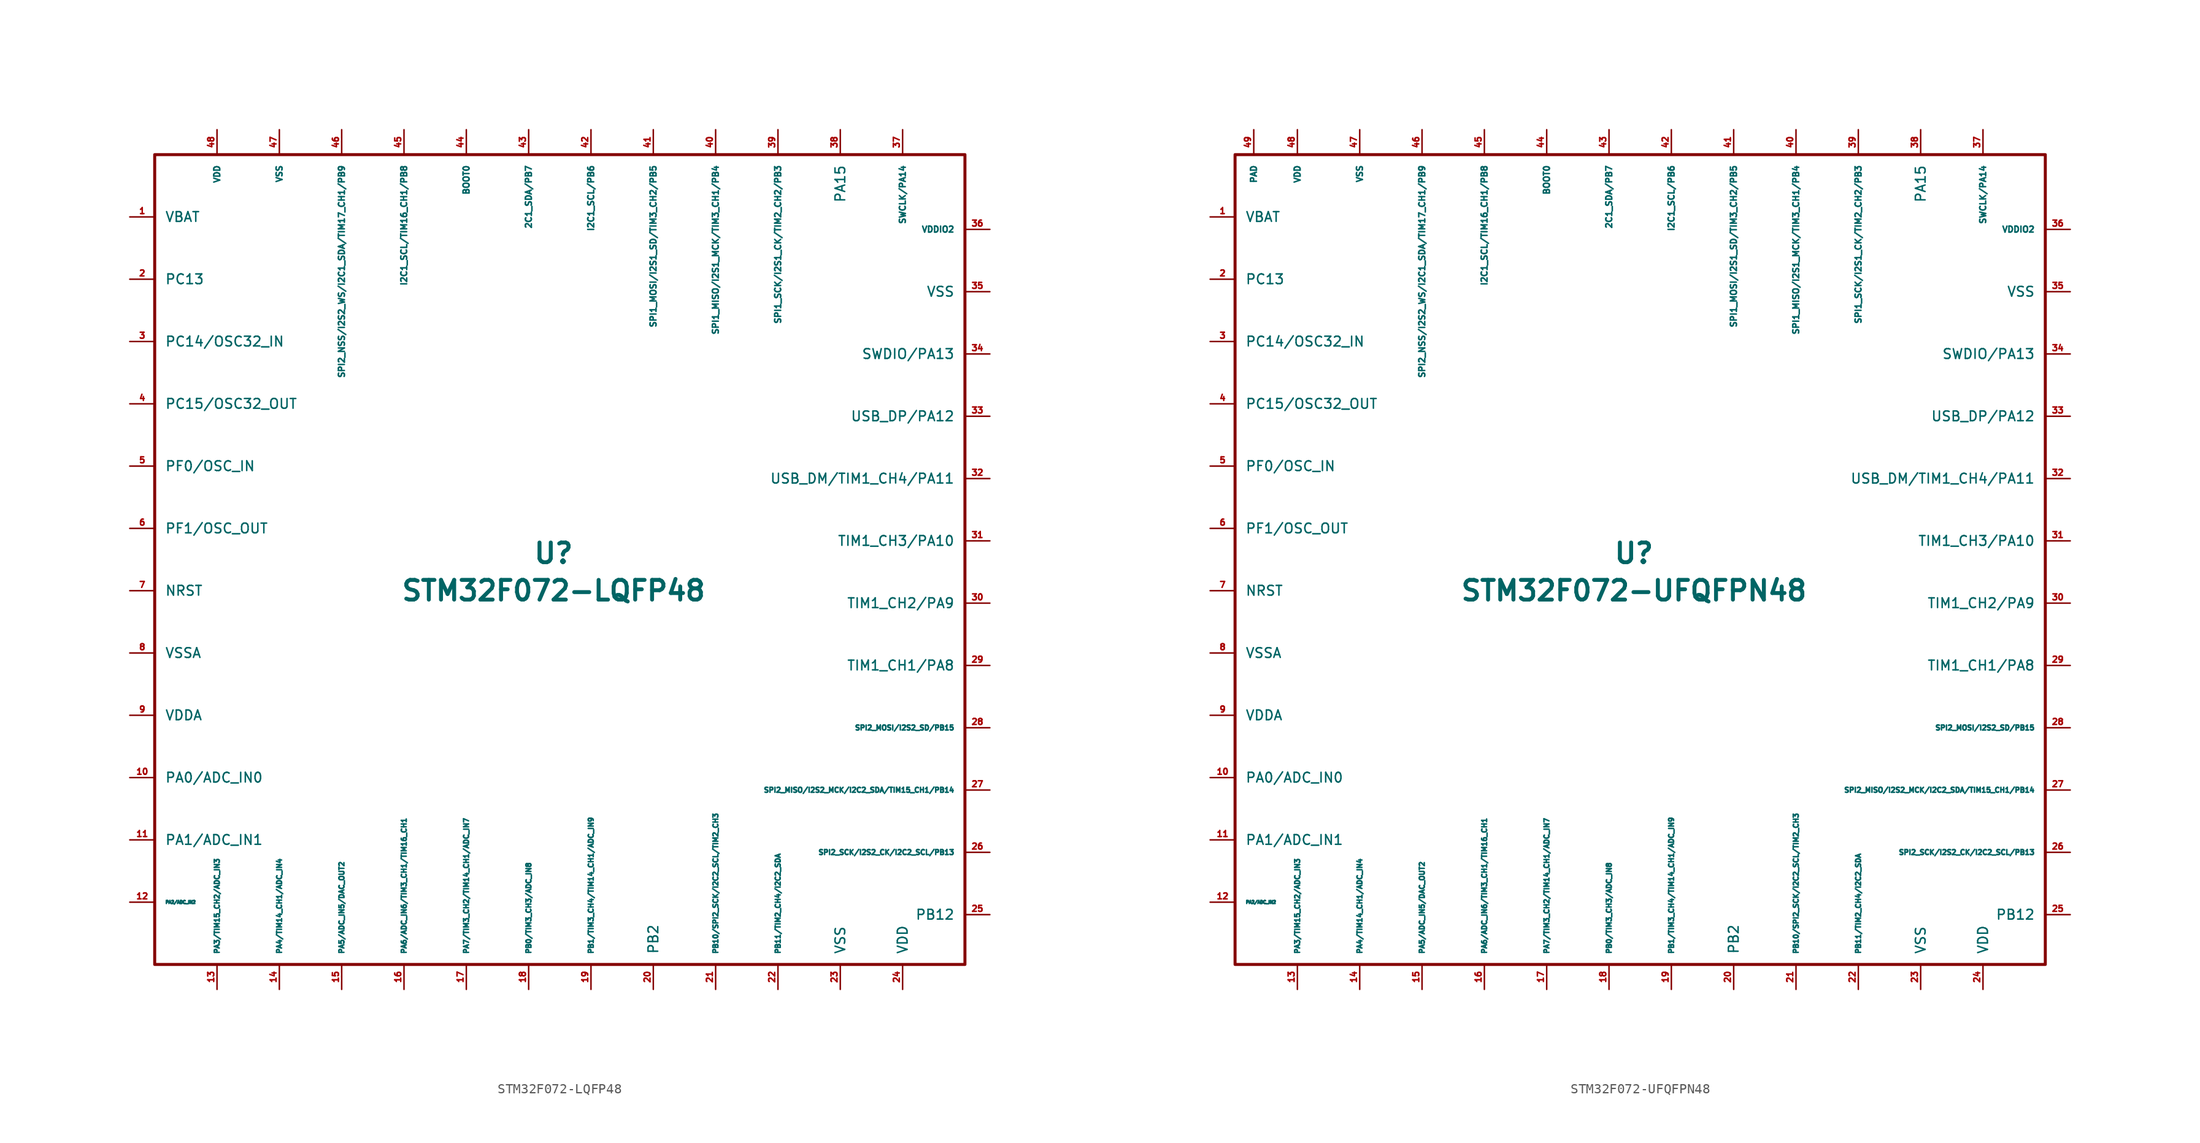
<source format=kicad_sym>
(kicad_symbol_lib
  (version 20211014)
  (generator kicad_symbol_editor)
  (symbol "acheron_Symbols:STM32F072-LQFP48"
    (pin_names
      (offset 1.016))
    (property "Reference" "U"
      (at 0 1.27 0)
      (effects (font (size 2.007 2.007) bold)))
    (property "Value" "STM32F072-LQFP48"
      (at 0 -2.54 0)
      (effects (font (size 2.007 2.007) bold)))
    (symbol "STM32F072-LQFP48_0_1"
      (rectangle (start 41.91 41.91) (end -40.64 -40.64) (stroke (width 0.305) (type default) (color 0 0 0 0)) (fill (type none))))
    (symbol "STM32F072-LQFP48_1_1"
      (pin power_in line (at -43.18 35.56 0) (length 2.54) (name "VBAT" (effects (font (size 0.991 0.991)))) (number "1" (effects (font (size 0.61 0.61)))))
      (pin bidirectional line (at -43.18 -21.59 0) (length 2.54) (name "PA0/ADC_IN0" (effects (font (size 0.991 0.991)))) (number "10" (effects (font (size 0.61 0.61)))))
      (pin bidirectional line (at -43.18 -27.94 0) (length 2.54) (name "PA1/ADC_IN1" (effects (font (size 0.991 0.991)))) (number "11" (effects (font (size 0.61 0.61)))))
      (pin bidirectional line (at -43.18 -34.29 0) (length 2.54) (name "PA2/ADC_IN2" (effects (font (size 0.305 0.305)))) (number "12" (effects (font (size 0.61 0.61)))))
      (pin bidirectional line (at -34.29 -43.18 90) (length 2.54) (name "PA3/TIM15_CH2/ADC_IN3" (effects (font (size 0.508 0.508)))) (number "13" (effects (font (size 0.61 0.61)))))
      (pin bidirectional line (at -27.94 -43.18 90) (length 2.54) (name "PA4/TIM14_CH1/ADC_IN4" (effects (font (size 0.508 0.508)))) (number "14" (effects (font (size 0.61 0.61)))))
      (pin bidirectional line (at -21.59 -43.18 90) (length 2.54) (name "PA5/ADC_IN5/DAC_OUT2" (effects (font (size 0.508 0.508)))) (number "15" (effects (font (size 0.61 0.61)))))
      (pin bidirectional line (at -15.24 -43.18 90) (length 2.54) (name "PA6/ADC_IN6/TIM3_CH1/TIM16_CH1" (effects (font (size 0.508 0.508)))) (number "16" (effects (font (size 0.61 0.61)))))
      (pin bidirectional line (at -8.89 -43.18 90) (length 2.54) (name "PA7/TIM3_CH2/TIM14_CH1/ADC_IN7" (effects (font (size 0.508 0.508)))) (number "17" (effects (font (size 0.61 0.61)))))
      (pin bidirectional line (at -2.54 -43.18 90) (length 2.54) (name "PB0/TIM3_CH3/ADC_IN8" (effects (font (size 0.508 0.508)))) (number "18" (effects (font (size 0.61 0.61)))))
      (pin bidirectional line (at 3.81 -43.18 90) (length 2.54) (name "PB1/TIM3_CH4/TIM14_CH1/ADC_IN9" (effects (font (size 0.508 0.508)))) (number "19" (effects (font (size 0.61 0.61)))))
      (pin bidirectional line (at -43.18 29.21 0) (length 2.54) (name "PC13" (effects (font (size 0.991 0.991)))) (number "2" (effects (font (size 0.61 0.61)))))
      (pin bidirectional line (at 10.16 -43.18 90) (length 2.54) (name "PB2" (effects (font (size 0.991 0.991)))) (number "20" (effects (font (size 0.61 0.61)))))
      (pin bidirectional line (at 16.51 -43.18 90) (length 2.54) (name "PB10/SPI2_SCK/I2C2_SCL/TIM2_CH3" (effects (font (size 0.508 0.508)))) (number "21" (effects (font (size 0.61 0.61)))))
      (pin bidirectional line (at 22.86 -43.18 90) (length 2.54) (name "PB11/TIM2_CH4/I2C2_SDA" (effects (font (size 0.508 0.508)))) (number "22" (effects (font (size 0.61 0.61)))))
      (pin power_in line (at 29.21 -43.18 90) (length 2.54) (name "VSS" (effects (font (size 0.991 0.991)))) (number "23" (effects (font (size 0.61 0.61)))))
      (pin power_in line (at 35.56 -43.18 90) (length 2.54) (name "VDD" (effects (font (size 0.991 0.991)))) (number "24" (effects (font (size 0.61 0.61)))))
      (pin bidirectional line (at 44.45 -35.56 180) (length 2.54) (name "PB12" (effects (font (size 0.991 0.991)))) (number "25" (effects (font (size 0.61 0.61)))))
      (pin bidirectional line (at 44.45 -29.21 180) (length 2.54) (name "SPI2_SCK/I2S2_CK/I2C2_SCL/PB13" (effects (font (size 0.508 0.508)))) (number "26" (effects (font (size 0.61 0.61)))))
      (pin bidirectional line (at 44.45 -22.86 180) (length 2.54) (name "SPI2_MISO/I2S2_MCK/I2C2_SDA/TIM15_CH1/PB14" (effects (font (size 0.508 0.508)))) (number "27" (effects (font (size 0.61 0.61)))))
      (pin bidirectional line (at 44.45 -16.51 180) (length 2.54) (name "SPI2_MOSI/I2S2_SD/PB15" (effects (font (size 0.508 0.508)))) (number "28" (effects (font (size 0.61 0.61)))))
      (pin bidirectional line (at 44.45 -10.16 180) (length 2.54) (name "TIM1_CH1/PA8" (effects (font (size 0.991 0.991)))) (number "29" (effects (font (size 0.61 0.61)))))
      (pin bidirectional line (at -43.18 22.86 0) (length 2.54) (name "PC14/OSC32_IN" (effects (font (size 0.991 0.991)))) (number "3" (effects (font (size 0.61 0.61)))))
      (pin bidirectional line (at 44.45 -3.81 180) (length 2.54) (name "TIM1_CH2/PA9" (effects (font (size 0.991 0.991)))) (number "30" (effects (font (size 0.61 0.61)))))
      (pin bidirectional line (at 44.45 2.54 180) (length 2.54) (name "TIM1_CH3/PA10" (effects (font (size 0.991 0.991)))) (number "31" (effects (font (size 0.61 0.61)))))
      (pin bidirectional line (at 44.45 8.89 180) (length 2.54) (name "USB_DM/TIM1_CH4/PA11" (effects (font (size 0.991 0.991)))) (number "32" (effects (font (size 0.61 0.61)))))
      (pin bidirectional line (at 44.45 15.24 180) (length 2.54) (name "USB_DP/PA12" (effects (font (size 0.991 0.991)))) (number "33" (effects (font (size 0.61 0.61)))))
      (pin bidirectional line (at 44.45 21.59 180) (length 2.54) (name "SWDIO/PA13" (effects (font (size 0.991 0.991)))) (number "34" (effects (font (size 0.61 0.61)))))
      (pin power_in line (at 44.45 27.94 180) (length 2.54) (name "VSS" (effects (font (size 0.991 0.991)))) (number "35" (effects (font (size 0.61 0.61)))))
      (pin power_in line (at 44.45 34.29 180) (length 2.54) (name "VDDIO2" (effects (font (size 0.61 0.61)))) (number "36" (effects (font (size 0.61 0.61)))))
      (pin bidirectional line (at 35.56 44.45 270) (length 2.54) (name "SWCLK/PA14" (effects (font (size 0.61 0.61)))) (number "37" (effects (font (size 0.61 0.61)))))
      (pin bidirectional line (at 29.21 44.45 270) (length 2.54) (name "PA15" (effects (font (size 0.991 0.991)))) (number "38" (effects (font (size 0.61 0.61)))))
      (pin bidirectional line (at 22.86 44.45 270) (length 2.54) (name "SPI1_SCK/I2S1_CK/TIM2_CH2/PB3" (effects (font (size 0.61 0.61)))) (number "39" (effects (font (size 0.61 0.61)))))
      (pin bidirectional line (at -43.18 16.51 0) (length 2.54) (name "PC15/OSC32_OUT" (effects (font (size 0.991 0.991)))) (number "4" (effects (font (size 0.61 0.61)))))
      (pin bidirectional line (at 16.51 44.45 270) (length 2.54) (name "SPI1_MISO/I2S1_MCK/TIM3_CH1/PB4" (effects (font (size 0.61 0.61)))) (number "40" (effects (font (size 0.61 0.61)))))
      (pin bidirectional line (at 10.16 44.45 270) (length 2.54) (name "SPI1_MOSI/I2S1_SD/TIM3_CH2/PB5" (effects (font (size 0.61 0.61)))) (number "41" (effects (font (size 0.61 0.61)))))
      (pin bidirectional line (at 3.81 44.45 270) (length 2.54) (name "I2C1_SCL/PB6" (effects (font (size 0.61 0.61)))) (number "42" (effects (font (size 0.61 0.61)))))
      (pin bidirectional line (at -2.54 44.45 270) (length 2.54) (name "2C1_SDA/PB7" (effects (font (size 0.61 0.61)))) (number "43" (effects (font (size 0.61 0.61)))))
      (pin output line (at -8.89 44.45 270) (length 2.54) (name "BOOT0" (effects (font (size 0.61 0.61)))) (number "44" (effects (font (size 0.61 0.61)))))
      (pin bidirectional line (at -15.24 44.45 270) (length 2.54) (name "I2C1_SCL/TIM16_CH1/PB8" (effects (font (size 0.61 0.61)))) (number "45" (effects (font (size 0.61 0.61)))))
      (pin input line (at -21.59 44.45 270) (length 2.54) (name "SPI2_NSS/I2S2_WS/I2C1_SDA/TIM17_CH1/PB9" (effects (font (size 0.61 0.61)))) (number "46" (effects (font (size 0.61 0.61)))))
      (pin input line (at -27.94 44.45 270) (length 2.54) (name "VSS" (effects (font (size 0.61 0.61)))) (number "47" (effects (font (size 0.61 0.61)))))
      (pin input line (at -34.29 44.45 270) (length 2.54) (name "VDD" (effects (font (size 0.61 0.61)))) (number "48" (effects (font (size 0.61 0.61)))))
      (pin bidirectional line (at -43.18 10.16 0) (length 2.54) (name "PF0/OSC_IN" (effects (font (size 0.991 0.991)))) (number "5" (effects (font (size 0.61 0.61)))))
      (pin bidirectional line (at -43.18 3.81 0) (length 2.54) (name "PF1/OSC_OUT" (effects (font (size 0.991 0.991)))) (number "6" (effects (font (size 0.61 0.61)))))
      (pin input line (at -43.18 -2.54 0) (length 2.54) (name "NRST" (effects (font (size 0.991 0.991)))) (number "7" (effects (font (size 0.61 0.61)))))
      (pin power_in line (at -43.18 -8.89 0) (length 2.54) (name "VSSA" (effects (font (size 0.991 0.991)))) (number "8" (effects (font (size 0.61 0.61)))))
      (pin power_in line (at -43.18 -15.24 0) (length 2.54) (name "VDDA" (effects (font (size 0.991 0.991)))) (number "9" (effects (font (size 0.61 0.61)))))))
  (symbol "acheron_Symbols:STM32F072-UFQFPN48"
    (pin_names
      (offset 1.016))
    (property "Reference" "U"
      (at 0 1.27 0)
      (effects (font (size 2.007 2.007) bold)))
    (property "Value" "STM32F072-UFQFPN48"
      (at 0 -2.54 0)
      (effects (font (size 2.007 2.007) bold)))
    (symbol "STM32F072-UFQFPN48_0_1"
      (rectangle (start 41.91 41.91) (end -40.64 -40.64) (stroke (width 0.305) (type default) (color 0 0 0 0)) (fill (type none))))
    (symbol "STM32F072-UFQFPN48_1_1"
      (pin power_in line (at -43.18 35.56 0) (length 2.54) (name "VBAT" (effects (font (size 0.991 0.991)))) (number "1" (effects (font (size 0.61 0.61)))))
      (pin bidirectional line (at -43.18 -21.59 0) (length 2.54) (name "PA0/ADC_IN0" (effects (font (size 0.991 0.991)))) (number "10" (effects (font (size 0.61 0.61)))))
      (pin bidirectional line (at -43.18 -27.94 0) (length 2.54) (name "PA1/ADC_IN1" (effects (font (size 0.991 0.991)))) (number "11" (effects (font (size 0.61 0.61)))))
      (pin bidirectional line (at -43.18 -34.29 0) (length 2.54) (name "PA2/ADC_IN2" (effects (font (size 0.305 0.305)))) (number "12" (effects (font (size 0.61 0.61)))))
      (pin bidirectional line (at -34.29 -43.18 90) (length 2.54) (name "PA3/TIM15_CH2/ADC_IN3" (effects (font (size 0.508 0.508)))) (number "13" (effects (font (size 0.61 0.61)))))
      (pin bidirectional line (at -27.94 -43.18 90) (length 2.54) (name "PA4/TIM14_CH1/ADC_IN4" (effects (font (size 0.508 0.508)))) (number "14" (effects (font (size 0.61 0.61)))))
      (pin bidirectional line (at -21.59 -43.18 90) (length 2.54) (name "PA5/ADC_IN5/DAC_OUT2" (effects (font (size 0.508 0.508)))) (number "15" (effects (font (size 0.61 0.61)))))
      (pin bidirectional line (at -15.24 -43.18 90) (length 2.54) (name "PA6/ADC_IN6/TIM3_CH1/TIM16_CH1" (effects (font (size 0.508 0.508)))) (number "16" (effects (font (size 0.61 0.61)))))
      (pin bidirectional line (at -8.89 -43.18 90) (length 2.54) (name "PA7/TIM3_CH2/TIM14_CH1/ADC_IN7" (effects (font (size 0.508 0.508)))) (number "17" (effects (font (size 0.61 0.61)))))
      (pin bidirectional line (at -2.54 -43.18 90) (length 2.54) (name "PB0/TIM3_CH3/ADC_IN8" (effects (font (size 0.508 0.508)))) (number "18" (effects (font (size 0.61 0.61)))))
      (pin bidirectional line (at 3.81 -43.18 90) (length 2.54) (name "PB1/TIM3_CH4/TIM14_CH1/ADC_IN9" (effects (font (size 0.508 0.508)))) (number "19" (effects (font (size 0.61 0.61)))))
      (pin bidirectional line (at -43.18 29.21 0) (length 2.54) (name "PC13" (effects (font (size 0.991 0.991)))) (number "2" (effects (font (size 0.61 0.61)))))
      (pin bidirectional line (at 10.16 -43.18 90) (length 2.54) (name "PB2" (effects (font (size 0.991 0.991)))) (number "20" (effects (font (size 0.61 0.61)))))
      (pin bidirectional line (at 16.51 -43.18 90) (length 2.54) (name "PB10/SPI2_SCK/I2C2_SCL/TIM2_CH3" (effects (font (size 0.508 0.508)))) (number "21" (effects (font (size 0.61 0.61)))))
      (pin bidirectional line (at 22.86 -43.18 90) (length 2.54) (name "PB11/TIM2_CH4/I2C2_SDA" (effects (font (size 0.508 0.508)))) (number "22" (effects (font (size 0.61 0.61)))))
      (pin power_in line (at 29.21 -43.18 90) (length 2.54) (name "VSS" (effects (font (size 0.991 0.991)))) (number "23" (effects (font (size 0.61 0.61)))))
      (pin power_in line (at 35.56 -43.18 90) (length 2.54) (name "VDD" (effects (font (size 0.991 0.991)))) (number "24" (effects (font (size 0.61 0.61)))))
      (pin bidirectional line (at 44.45 -35.56 180) (length 2.54) (name "PB12" (effects (font (size 0.991 0.991)))) (number "25" (effects (font (size 0.61 0.61)))))
      (pin bidirectional line (at 44.45 -29.21 180) (length 2.54) (name "SPI2_SCK/I2S2_CK/I2C2_SCL/PB13" (effects (font (size 0.508 0.508)))) (number "26" (effects (font (size 0.61 0.61)))))
      (pin bidirectional line (at 44.45 -22.86 180) (length 2.54) (name "SPI2_MISO/I2S2_MCK/I2C2_SDA/TIM15_CH1/PB14" (effects (font (size 0.508 0.508)))) (number "27" (effects (font (size 0.61 0.61)))))
      (pin bidirectional line (at 44.45 -16.51 180) (length 2.54) (name "SPI2_MOSI/I2S2_SD/PB15" (effects (font (size 0.508 0.508)))) (number "28" (effects (font (size 0.61 0.61)))))
      (pin bidirectional line (at 44.45 -10.16 180) (length 2.54) (name "TIM1_CH1/PA8" (effects (font (size 0.991 0.991)))) (number "29" (effects (font (size 0.61 0.61)))))
      (pin bidirectional line (at -43.18 22.86 0) (length 2.54) (name "PC14/OSC32_IN" (effects (font (size 0.991 0.991)))) (number "3" (effects (font (size 0.61 0.61)))))
      (pin bidirectional line (at 44.45 -3.81 180) (length 2.54) (name "TIM1_CH2/PA9" (effects (font (size 0.991 0.991)))) (number "30" (effects (font (size 0.61 0.61)))))
      (pin bidirectional line (at 44.45 2.54 180) (length 2.54) (name "TIM1_CH3/PA10" (effects (font (size 0.991 0.991)))) (number "31" (effects (font (size 0.61 0.61)))))
      (pin bidirectional line (at 44.45 8.89 180) (length 2.54) (name "USB_DM/TIM1_CH4/PA11" (effects (font (size 0.991 0.991)))) (number "32" (effects (font (size 0.61 0.61)))))
      (pin bidirectional line (at 44.45 15.24 180) (length 2.54) (name "USB_DP/PA12" (effects (font (size 0.991 0.991)))) (number "33" (effects (font (size 0.61 0.61)))))
      (pin bidirectional line (at 44.45 21.59 180) (length 2.54) (name "SWDIO/PA13" (effects (font (size 0.991 0.991)))) (number "34" (effects (font (size 0.61 0.61)))))
      (pin power_in line (at 44.45 27.94 180) (length 2.54) (name "VSS" (effects (font (size 0.991 0.991)))) (number "35" (effects (font (size 0.61 0.61)))))
      (pin power_in line (at 44.45 34.29 180) (length 2.54) (name "VDDIO2" (effects (font (size 0.61 0.61)))) (number "36" (effects (font (size 0.61 0.61)))))
      (pin bidirectional line (at 35.56 44.45 270) (length 2.54) (name "SWCLK/PA14" (effects (font (size 0.61 0.61)))) (number "37" (effects (font (size 0.61 0.61)))))
      (pin bidirectional line (at 29.21 44.45 270) (length 2.54) (name "PA15" (effects (font (size 0.991 0.991)))) (number "38" (effects (font (size 0.61 0.61)))))
      (pin bidirectional line (at 22.86 44.45 270) (length 2.54) (name "SPI1_SCK/I2S1_CK/TIM2_CH2/PB3" (effects (font (size 0.61 0.61)))) (number "39" (effects (font (size 0.61 0.61)))))
      (pin bidirectional line (at -43.18 16.51 0) (length 2.54) (name "PC15/OSC32_OUT" (effects (font (size 0.991 0.991)))) (number "4" (effects (font (size 0.61 0.61)))))
      (pin bidirectional line (at 16.51 44.45 270) (length 2.54) (name "SPI1_MISO/I2S1_MCK/TIM3_CH1/PB4" (effects (font (size 0.61 0.61)))) (number "40" (effects (font (size 0.61 0.61)))))
      (pin bidirectional line (at 10.16 44.45 270) (length 2.54) (name "SPI1_MOSI/I2S1_SD/TIM3_CH2/PB5" (effects (font (size 0.61 0.61)))) (number "41" (effects (font (size 0.61 0.61)))))
      (pin bidirectional line (at 3.81 44.45 270) (length 2.54) (name "I2C1_SCL/PB6" (effects (font (size 0.61 0.61)))) (number "42" (effects (font (size 0.61 0.61)))))
      (pin bidirectional line (at -2.54 44.45 270) (length 2.54) (name "2C1_SDA/PB7" (effects (font (size 0.61 0.61)))) (number "43" (effects (font (size 0.61 0.61)))))
      (pin output line (at -8.89 44.45 270) (length 2.54) (name "BOOT0" (effects (font (size 0.61 0.61)))) (number "44" (effects (font (size 0.61 0.61)))))
      (pin bidirectional line (at -15.24 44.45 270) (length 2.54) (name "I2C1_SCL/TIM16_CH1/PB8" (effects (font (size 0.61 0.61)))) (number "45" (effects (font (size 0.61 0.61)))))
      (pin input line (at -21.59 44.45 270) (length 2.54) (name "SPI2_NSS/I2S2_WS/I2C1_SDA/TIM17_CH1/PB9" (effects (font (size 0.61 0.61)))) (number "46" (effects (font (size 0.61 0.61)))))
      (pin input line (at -27.94 44.45 270) (length 2.54) (name "VSS" (effects (font (size 0.61 0.61)))) (number "47" (effects (font (size 0.61 0.61)))))
      (pin input line (at -34.29 44.45 270) (length 2.54) (name "VDD" (effects (font (size 0.61 0.61)))) (number "48" (effects (font (size 0.61 0.61)))))
      (pin input line (at -38.735 44.45 270) (length 2.54) (name "PAD" (effects (font (size 0.61 0.61)))) (number "49" (effects (font (size 0.61 0.61)))))
      (pin bidirectional line (at -43.18 10.16 0) (length 2.54) (name "PF0/OSC_IN" (effects (font (size 0.991 0.991)))) (number "5" (effects (font (size 0.61 0.61)))))
      (pin bidirectional line (at -43.18 3.81 0) (length 2.54) (name "PF1/OSC_OUT" (effects (font (size 0.991 0.991)))) (number "6" (effects (font (size 0.61 0.61)))))
      (pin input line (at -43.18 -2.54 0) (length 2.54) (name "NRST" (effects (font (size 0.991 0.991)))) (number "7" (effects (font (size 0.61 0.61)))))
      (pin power_in line (at -43.18 -8.89 0) (length 2.54) (name "VSSA" (effects (font (size 0.991 0.991)))) (number "8" (effects (font (size 0.61 0.61)))))
      (pin power_in line (at -43.18 -15.24 0) (length 2.54) (name "VDDA" (effects (font (size 0.991 0.991)))) (number "9" (effects (font (size 0.61 0.61))))))))
</source>
